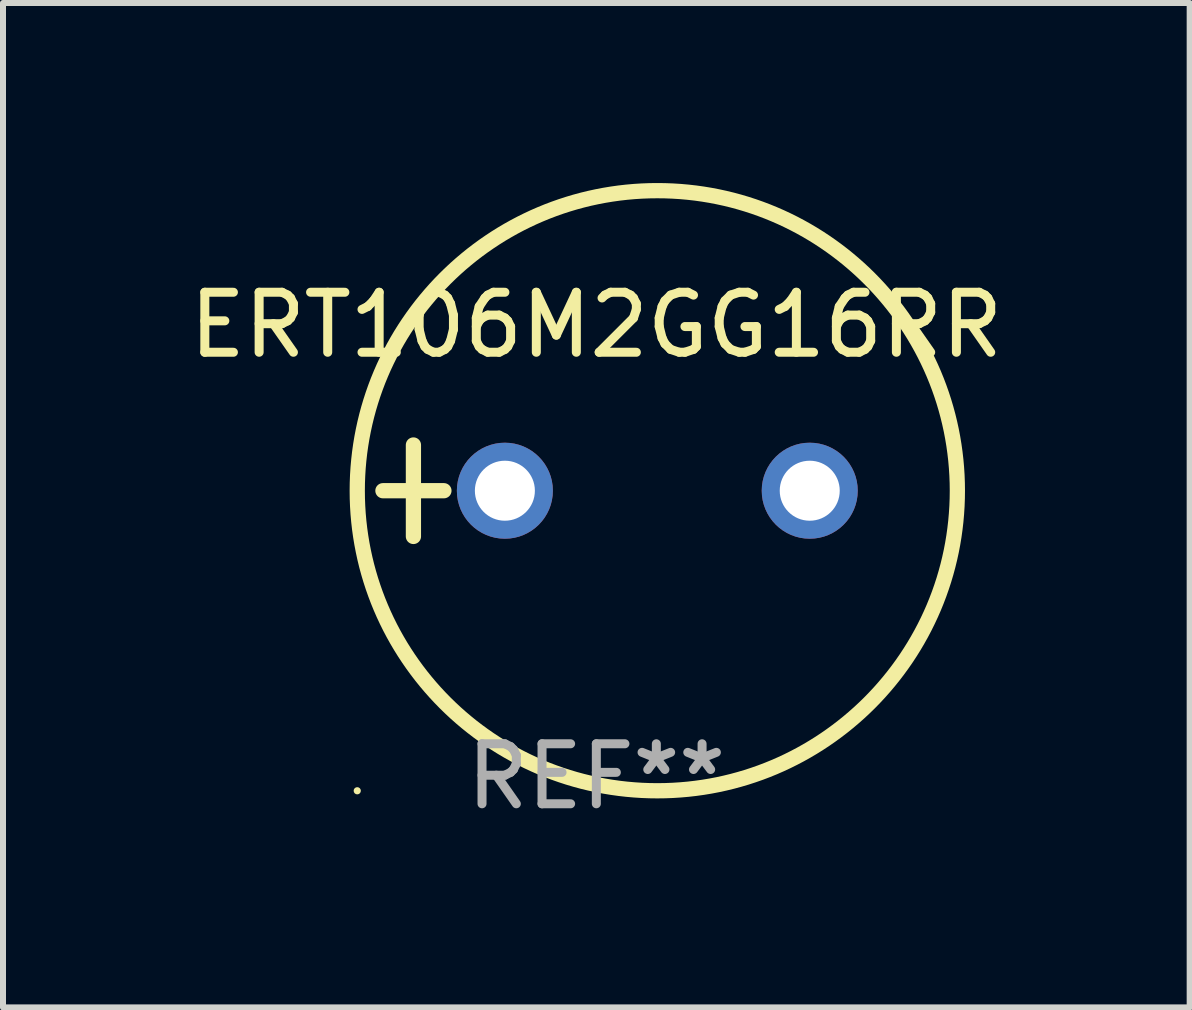
<source format=kicad_pcb>
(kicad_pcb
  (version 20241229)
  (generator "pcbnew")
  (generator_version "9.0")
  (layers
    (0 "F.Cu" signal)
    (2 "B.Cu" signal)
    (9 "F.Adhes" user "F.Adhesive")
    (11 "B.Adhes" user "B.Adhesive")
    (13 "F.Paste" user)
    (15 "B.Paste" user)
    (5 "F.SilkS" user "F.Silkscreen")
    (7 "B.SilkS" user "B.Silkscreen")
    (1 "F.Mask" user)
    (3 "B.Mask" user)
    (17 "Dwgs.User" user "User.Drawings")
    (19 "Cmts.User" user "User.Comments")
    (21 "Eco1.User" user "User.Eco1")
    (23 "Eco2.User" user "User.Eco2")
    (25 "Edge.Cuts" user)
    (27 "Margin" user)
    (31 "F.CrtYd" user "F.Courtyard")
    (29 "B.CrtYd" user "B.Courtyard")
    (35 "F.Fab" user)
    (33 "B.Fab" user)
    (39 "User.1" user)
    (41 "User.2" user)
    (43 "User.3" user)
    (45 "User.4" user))
  (footprint "ERT106M2GG16RR"
    (layer "F.Cu")
    (at 6.887 5.127)
    (property "Reference" "ERT106M2GG16RR" (at 0 -2.762 0) (layer "F.SilkS") (effects (font (size 1 1) (thickness 0.15))))
    (attr through_hole)
    (fp_line (start -3.556 0) (end -2.54 0) (stroke (width 0.254) (type solid)) (layer "F.SilkS"))
    (fp_line (start -3.048 -0.762) (end -3.048 0.762) (stroke (width 0.254) (type solid)) (layer "F.SilkS"))
    (fp_circle (center -3.984 5) (end -3.954 5) (stroke (width 0.06) (type solid)) (fill no) (layer "F.SilkS"))
    (fp_circle (center 1.016 0) (end 6.016 0) (stroke (width 0.254) (type solid)) (fill no) (layer "F.SilkS"))
    (fp_text user "REF**" (at 0 4.762 0) (layer "F.Fab") (effects (font (size 1 1) (thickness 0.15))))
    (pad "1" thru_hole circle (at -1.524 0) (size 1.6 1.6) (drill 1) (layers "*.Cu" "*.Mask"))
    (pad "2" thru_hole circle (at 3.556 0) (size 1.6 1.6) (drill 1) (layers "*.Cu" "*.Mask")))
  (gr_rect
    (start -3 -3)
    (end 16.774 13.737)
    (stroke (width 0.1) (type default))
    (fill no)
    (layer "Edge.Cuts")))
</source>
